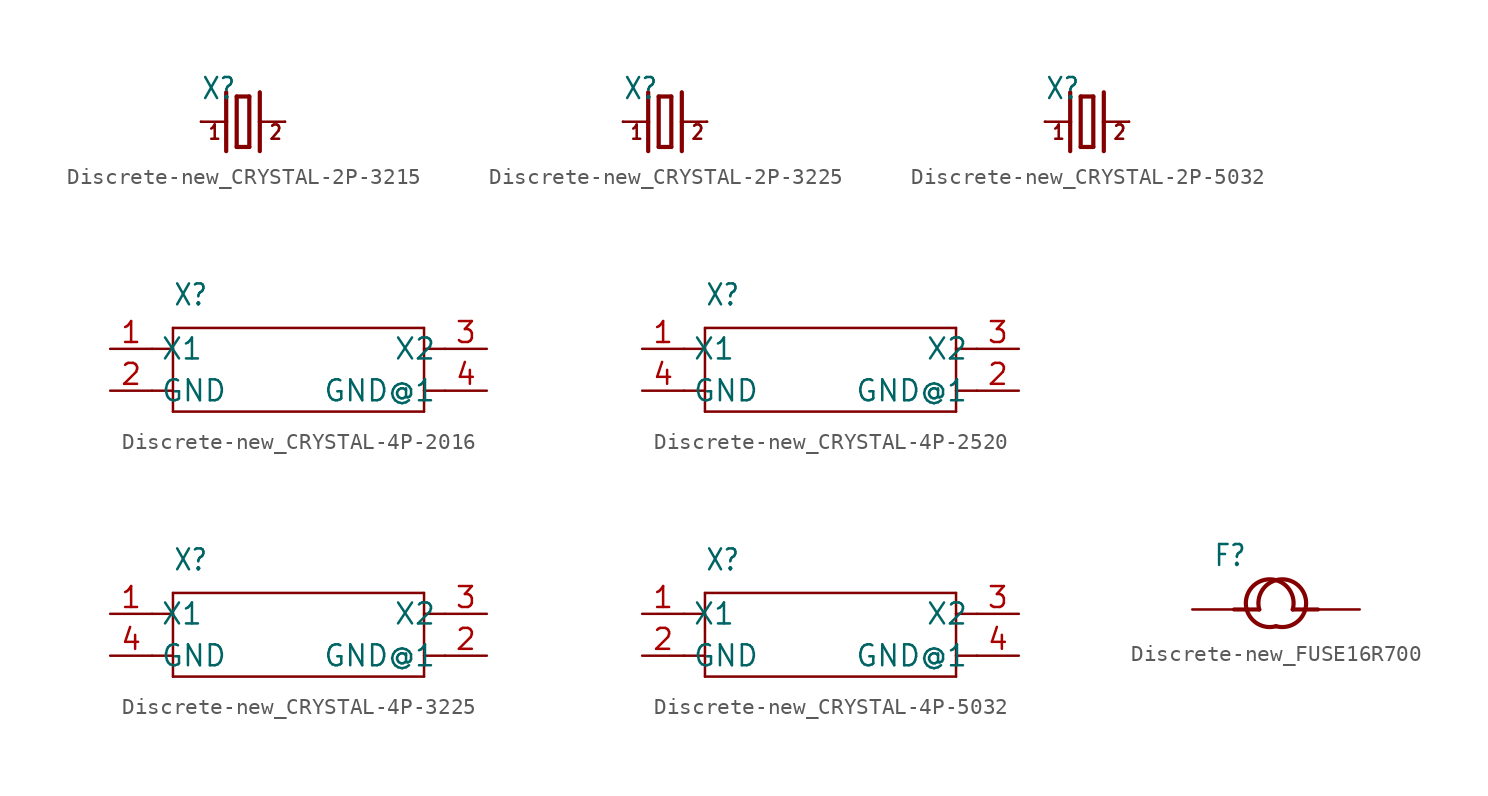
<source format=kicad_sym>
(kicad_symbol_lib
  (version 20231120)
  (generator "kicad_symbol_editor")
  (generator_version "8.0")
  (symbol "Discrete-new_CRYSTAL-2P-3215"
    (property "Reference" "X"
      (at -2.54 1.27 0)
      (effects (font (size 1.27 1.079)) (justify left bottom)))
    (property "Value" ""
      (at -2.54 0 0)
      (effects (font (size 1.27 1.079)) (justify left bottom)))
    (property "ki_locked" ""
      (at 0 0 0)
      (effects (font (size 1.27 1.27))))
    (symbol "Discrete-new_CRYSTAL-2P-3215_1_0"
      (polyline (pts (xy -1.016 0) (xy -2.54 0)) (stroke (width 0.152) (type solid)) (fill (type none)))
      (polyline (pts (xy -1.016 0) (xy -1.016 -1.778)) (stroke (width 0.254) (type solid)) (fill (type none)))
      (polyline (pts (xy -1.016 1.778) (xy -1.016 0)) (stroke (width 0.254) (type solid)) (fill (type none)))
      (polyline (pts (xy -0.381 -1.524) (xy 0.381 -1.524)) (stroke (width 0.254) (type solid)) (fill (type none)))
      (polyline (pts (xy -0.381 1.524) (xy -0.381 -1.524)) (stroke (width 0.254) (type solid)) (fill (type none)))
      (polyline (pts (xy 0.381 -1.524) (xy 0.381 1.524)) (stroke (width 0.254) (type solid)) (fill (type none)))
      (polyline (pts (xy 0.381 1.524) (xy -0.381 1.524)) (stroke (width 0.254) (type solid)) (fill (type none)))
      (polyline (pts (xy 1.016 0) (xy 1.016 -1.778)) (stroke (width 0.254) (type solid)) (fill (type none)))
      (polyline (pts (xy 1.016 0) (xy 2.54 0)) (stroke (width 0.152) (type solid)) (fill (type none)))
      (polyline (pts (xy 1.016 1.778) (xy 1.016 0)) (stroke (width 0.254) (type solid)) (fill (type none)))
      (text "1" (at -2.159 -1.143 0) (effects (font (size 0.864 0.734)) (justify left bottom)))
      (text "2" (at 1.524 -1.143 0) (effects (font (size 0.864 0.734)) (justify left bottom)))
      (pin passive line (at -2.54 0 0) (length 0) (name "1" (effects (font (size 0 0)))) (number "1" (effects (font (size 0 0)))))
      (pin passive line (at 2.54 0 180) (length 0) (name "2" (effects (font (size 0 0)))) (number "2" (effects (font (size 0 0)))))))
  (symbol "Discrete-new_CRYSTAL-2P-3225"
    (property "Reference" "X"
      (at -2.54 1.27 0)
      (effects (font (size 1.27 1.079)) (justify left bottom)))
    (property "Value" ""
      (at -2.54 0 0)
      (effects (font (size 1.27 1.079)) (justify left bottom)))
    (property "ki_locked" ""
      (at 0 0 0)
      (effects (font (size 1.27 1.27))))
    (symbol "Discrete-new_CRYSTAL-2P-3225_1_0"
      (polyline (pts (xy -1.016 0) (xy -2.54 0)) (stroke (width 0.152) (type solid)) (fill (type none)))
      (polyline (pts (xy -1.016 0) (xy -1.016 -1.778)) (stroke (width 0.254) (type solid)) (fill (type none)))
      (polyline (pts (xy -1.016 1.778) (xy -1.016 0)) (stroke (width 0.254) (type solid)) (fill (type none)))
      (polyline (pts (xy -0.381 -1.524) (xy 0.381 -1.524)) (stroke (width 0.254) (type solid)) (fill (type none)))
      (polyline (pts (xy -0.381 1.524) (xy -0.381 -1.524)) (stroke (width 0.254) (type solid)) (fill (type none)))
      (polyline (pts (xy 0.381 -1.524) (xy 0.381 1.524)) (stroke (width 0.254) (type solid)) (fill (type none)))
      (polyline (pts (xy 0.381 1.524) (xy -0.381 1.524)) (stroke (width 0.254) (type solid)) (fill (type none)))
      (polyline (pts (xy 1.016 0) (xy 1.016 -1.778)) (stroke (width 0.254) (type solid)) (fill (type none)))
      (polyline (pts (xy 1.016 0) (xy 2.54 0)) (stroke (width 0.152) (type solid)) (fill (type none)))
      (polyline (pts (xy 1.016 1.778) (xy 1.016 0)) (stroke (width 0.254) (type solid)) (fill (type none)))
      (text "1" (at -2.159 -1.143 0) (effects (font (size 0.864 0.734)) (justify left bottom)))
      (text "2" (at 1.524 -1.143 0) (effects (font (size 0.864 0.734)) (justify left bottom)))
      (pin passive line (at -2.54 0 0) (length 0) (name "1" (effects (font (size 0 0)))) (number "1" (effects (font (size 0 0)))))
      (pin passive line (at 2.54 0 180) (length 0) (name "2" (effects (font (size 0 0)))) (number "3" (effects (font (size 0 0)))))))
  (symbol "Discrete-new_CRYSTAL-2P-5032"
    (property "Reference" "X"
      (at -2.54 1.27 0)
      (effects (font (size 1.27 1.079)) (justify left bottom)))
    (property "Value" ""
      (at -2.54 0 0)
      (effects (font (size 1.27 1.079)) (justify left bottom)))
    (property "ki_locked" ""
      (at 0 0 0)
      (effects (font (size 1.27 1.27))))
    (symbol "Discrete-new_CRYSTAL-2P-5032_1_0"
      (polyline (pts (xy -1.016 0) (xy -2.54 0)) (stroke (width 0.152) (type solid)) (fill (type none)))
      (polyline (pts (xy -1.016 0) (xy -1.016 -1.778)) (stroke (width 0.254) (type solid)) (fill (type none)))
      (polyline (pts (xy -1.016 1.778) (xy -1.016 0)) (stroke (width 0.254) (type solid)) (fill (type none)))
      (polyline (pts (xy -0.381 -1.524) (xy 0.381 -1.524)) (stroke (width 0.254) (type solid)) (fill (type none)))
      (polyline (pts (xy -0.381 1.524) (xy -0.381 -1.524)) (stroke (width 0.254) (type solid)) (fill (type none)))
      (polyline (pts (xy 0.381 -1.524) (xy 0.381 1.524)) (stroke (width 0.254) (type solid)) (fill (type none)))
      (polyline (pts (xy 0.381 1.524) (xy -0.381 1.524)) (stroke (width 0.254) (type solid)) (fill (type none)))
      (polyline (pts (xy 1.016 0) (xy 1.016 -1.778)) (stroke (width 0.254) (type solid)) (fill (type none)))
      (polyline (pts (xy 1.016 0) (xy 2.54 0)) (stroke (width 0.152) (type solid)) (fill (type none)))
      (polyline (pts (xy 1.016 1.778) (xy 1.016 0)) (stroke (width 0.254) (type solid)) (fill (type none)))
      (text "1" (at -2.159 -1.143 0) (effects (font (size 0.864 0.734)) (justify left bottom)))
      (text "2" (at 1.524 -1.143 0) (effects (font (size 0.864 0.734)) (justify left bottom)))
      (pin passive line (at -2.54 0 0) (length 0) (name "1" (effects (font (size 0 0)))) (number "1" (effects (font (size 0 0)))))
      (pin passive line (at 2.54 0 180) (length 0) (name "2" (effects (font (size 0 0)))) (number "2" (effects (font (size 0 0)))))))
  (symbol "Discrete-new_CRYSTAL-4P-2016"
    (property "Reference" "X"
      (at -7.62 3.81 0)
      (effects (font (size 1.27 1.079)) (justify left bottom)))
    (property "Value" ""
      (at -7.62 2.54 0)
      (effects (font (size 1.27 1.079)) (justify left bottom)))
    (property "ki_locked" ""
      (at 0 0 0)
      (effects (font (size 1.27 1.27))))
    (symbol "Discrete-new_CRYSTAL-4P-2016_1_0"
      (polyline (pts (xy -8.89 -1.27) (xy -7.62 -1.27)) (stroke (width 0.152) (type solid)) (fill (type none)))
      (polyline (pts (xy -8.89 1.27) (xy -7.62 1.27)) (stroke (width 0.152) (type solid)) (fill (type none)))
      (polyline (pts (xy -7.62 -2.54) (xy -7.62 -1.27)) (stroke (width 0.152) (type solid)) (fill (type none)))
      (polyline (pts (xy -7.62 -1.27) (xy -7.62 1.27)) (stroke (width 0.152) (type solid)) (fill (type none)))
      (polyline (pts (xy -7.62 1.27) (xy -7.62 2.54)) (stroke (width 0.152) (type solid)) (fill (type none)))
      (polyline (pts (xy -7.62 2.54) (xy 7.62 2.54)) (stroke (width 0.152) (type solid)) (fill (type none)))
      (polyline (pts (xy 7.62 -2.54) (xy -7.62 -2.54)) (stroke (width 0.152) (type solid)) (fill (type none)))
      (polyline (pts (xy 7.62 -1.27) (xy 7.62 -2.54)) (stroke (width 0.152) (type solid)) (fill (type none)))
      (polyline (pts (xy 7.62 1.27) (xy 7.62 -1.27)) (stroke (width 0.152) (type solid)) (fill (type none)))
      (polyline (pts (xy 7.62 2.54) (xy 7.62 1.27)) (stroke (width 0.152) (type solid)) (fill (type none)))
      (polyline (pts (xy 8.89 -1.27) (xy 7.62 -1.27)) (stroke (width 0.152) (type solid)) (fill (type none)))
      (polyline (pts (xy 8.89 1.27) (xy 7.62 1.27)) (stroke (width 0.152) (type solid)) (fill (type none)))
      (pin bidirectional line (at -11.43 1.27 0) (length 2.54) (name "X1" (effects (font (size 1.27 1.27)))) (number "1" (effects (font (size 1.27 1.27)))))
      (pin bidirectional line (at -11.43 -1.27 0) (length 2.54) (name "GND" (effects (font (size 1.27 1.27)))) (number "2" (effects (font (size 1.27 1.27)))))
      (pin bidirectional line (at 11.43 1.27 180) (length 2.54) (name "X2" (effects (font (size 1.27 1.27)))) (number "3" (effects (font (size 1.27 1.27)))))
      (pin bidirectional line (at 11.43 -1.27 180) (length 2.54) (name "GND@1" (effects (font (size 1.27 1.27)))) (number "4" (effects (font (size 1.27 1.27)))))))
  (symbol "Discrete-new_CRYSTAL-4P-2520"
    (property "Reference" "X"
      (at -7.62 3.81 0)
      (effects (font (size 1.27 1.079)) (justify left bottom)))
    (property "Value" ""
      (at -7.62 2.54 0)
      (effects (font (size 1.27 1.079)) (justify left bottom)))
    (property "ki_locked" ""
      (at 0 0 0)
      (effects (font (size 1.27 1.27))))
    (symbol "Discrete-new_CRYSTAL-4P-2520_1_0"
      (polyline (pts (xy -8.89 -1.27) (xy -7.62 -1.27)) (stroke (width 0.152) (type solid)) (fill (type none)))
      (polyline (pts (xy -8.89 1.27) (xy -7.62 1.27)) (stroke (width 0.152) (type solid)) (fill (type none)))
      (polyline (pts (xy -7.62 -2.54) (xy -7.62 -1.27)) (stroke (width 0.152) (type solid)) (fill (type none)))
      (polyline (pts (xy -7.62 -1.27) (xy -7.62 1.27)) (stroke (width 0.152) (type solid)) (fill (type none)))
      (polyline (pts (xy -7.62 1.27) (xy -7.62 2.54)) (stroke (width 0.152) (type solid)) (fill (type none)))
      (polyline (pts (xy -7.62 2.54) (xy 7.62 2.54)) (stroke (width 0.152) (type solid)) (fill (type none)))
      (polyline (pts (xy 7.62 -2.54) (xy -7.62 -2.54)) (stroke (width 0.152) (type solid)) (fill (type none)))
      (polyline (pts (xy 7.62 -1.27) (xy 7.62 -2.54)) (stroke (width 0.152) (type solid)) (fill (type none)))
      (polyline (pts (xy 7.62 1.27) (xy 7.62 -1.27)) (stroke (width 0.152) (type solid)) (fill (type none)))
      (polyline (pts (xy 7.62 2.54) (xy 7.62 1.27)) (stroke (width 0.152) (type solid)) (fill (type none)))
      (polyline (pts (xy 8.89 -1.27) (xy 7.62 -1.27)) (stroke (width 0.152) (type solid)) (fill (type none)))
      (polyline (pts (xy 8.89 1.27) (xy 7.62 1.27)) (stroke (width 0.152) (type solid)) (fill (type none)))
      (pin bidirectional line (at -11.43 1.27 0) (length 2.54) (name "X1" (effects (font (size 1.27 1.27)))) (number "1" (effects (font (size 1.27 1.27)))))
      (pin bidirectional line (at 11.43 -1.27 180) (length 2.54) (name "GND@1" (effects (font (size 1.27 1.27)))) (number "2" (effects (font (size 1.27 1.27)))))
      (pin bidirectional line (at 11.43 1.27 180) (length 2.54) (name "X2" (effects (font (size 1.27 1.27)))) (number "3" (effects (font (size 1.27 1.27)))))
      (pin bidirectional line (at -11.43 -1.27 0) (length 2.54) (name "GND" (effects (font (size 1.27 1.27)))) (number "4" (effects (font (size 1.27 1.27)))))))
  (symbol "Discrete-new_CRYSTAL-4P-3225"
    (property "Reference" "X"
      (at -7.62 3.81 0)
      (effects (font (size 1.27 1.079)) (justify left bottom)))
    (property "Value" ""
      (at -7.62 2.54 0)
      (effects (font (size 1.27 1.079)) (justify left bottom)))
    (property "ki_locked" ""
      (at 0 0 0)
      (effects (font (size 1.27 1.27))))
    (symbol "Discrete-new_CRYSTAL-4P-3225_1_0"
      (polyline (pts (xy -8.89 -1.27) (xy -7.62 -1.27)) (stroke (width 0.152) (type solid)) (fill (type none)))
      (polyline (pts (xy -8.89 1.27) (xy -7.62 1.27)) (stroke (width 0.152) (type solid)) (fill (type none)))
      (polyline (pts (xy -7.62 -2.54) (xy -7.62 -1.27)) (stroke (width 0.152) (type solid)) (fill (type none)))
      (polyline (pts (xy -7.62 -1.27) (xy -7.62 1.27)) (stroke (width 0.152) (type solid)) (fill (type none)))
      (polyline (pts (xy -7.62 1.27) (xy -7.62 2.54)) (stroke (width 0.152) (type solid)) (fill (type none)))
      (polyline (pts (xy -7.62 2.54) (xy 7.62 2.54)) (stroke (width 0.152) (type solid)) (fill (type none)))
      (polyline (pts (xy 7.62 -2.54) (xy -7.62 -2.54)) (stroke (width 0.152) (type solid)) (fill (type none)))
      (polyline (pts (xy 7.62 -1.27) (xy 7.62 -2.54)) (stroke (width 0.152) (type solid)) (fill (type none)))
      (polyline (pts (xy 7.62 1.27) (xy 7.62 -1.27)) (stroke (width 0.152) (type solid)) (fill (type none)))
      (polyline (pts (xy 7.62 2.54) (xy 7.62 1.27)) (stroke (width 0.152) (type solid)) (fill (type none)))
      (polyline (pts (xy 8.89 -1.27) (xy 7.62 -1.27)) (stroke (width 0.152) (type solid)) (fill (type none)))
      (polyline (pts (xy 8.89 1.27) (xy 7.62 1.27)) (stroke (width 0.152) (type solid)) (fill (type none)))
      (pin bidirectional line (at -11.43 1.27 0) (length 2.54) (name "X1" (effects (font (size 1.27 1.27)))) (number "1" (effects (font (size 1.27 1.27)))))
      (pin bidirectional line (at 11.43 -1.27 180) (length 2.54) (name "GND@1" (effects (font (size 1.27 1.27)))) (number "2" (effects (font (size 1.27 1.27)))))
      (pin bidirectional line (at 11.43 1.27 180) (length 2.54) (name "X2" (effects (font (size 1.27 1.27)))) (number "3" (effects (font (size 1.27 1.27)))))
      (pin bidirectional line (at -11.43 -1.27 0) (length 2.54) (name "GND" (effects (font (size 1.27 1.27)))) (number "4" (effects (font (size 1.27 1.27)))))))
  (symbol "Discrete-new_CRYSTAL-4P-5032"
    (property "Reference" "X"
      (at -7.62 3.81 0)
      (effects (font (size 1.27 1.079)) (justify left bottom)))
    (property "Value" ""
      (at -7.62 2.54 0)
      (effects (font (size 1.27 1.079)) (justify left bottom)))
    (property "ki_locked" ""
      (at 0 0 0)
      (effects (font (size 1.27 1.27))))
    (symbol "Discrete-new_CRYSTAL-4P-5032_1_0"
      (polyline (pts (xy -8.89 -1.27) (xy -7.62 -1.27)) (stroke (width 0.152) (type solid)) (fill (type none)))
      (polyline (pts (xy -8.89 1.27) (xy -7.62 1.27)) (stroke (width 0.152) (type solid)) (fill (type none)))
      (polyline (pts (xy -7.62 -2.54) (xy -7.62 -1.27)) (stroke (width 0.152) (type solid)) (fill (type none)))
      (polyline (pts (xy -7.62 -1.27) (xy -7.62 1.27)) (stroke (width 0.152) (type solid)) (fill (type none)))
      (polyline (pts (xy -7.62 1.27) (xy -7.62 2.54)) (stroke (width 0.152) (type solid)) (fill (type none)))
      (polyline (pts (xy -7.62 2.54) (xy 7.62 2.54)) (stroke (width 0.152) (type solid)) (fill (type none)))
      (polyline (pts (xy 7.62 -2.54) (xy -7.62 -2.54)) (stroke (width 0.152) (type solid)) (fill (type none)))
      (polyline (pts (xy 7.62 -1.27) (xy 7.62 -2.54)) (stroke (width 0.152) (type solid)) (fill (type none)))
      (polyline (pts (xy 7.62 1.27) (xy 7.62 -1.27)) (stroke (width 0.152) (type solid)) (fill (type none)))
      (polyline (pts (xy 7.62 2.54) (xy 7.62 1.27)) (stroke (width 0.152) (type solid)) (fill (type none)))
      (polyline (pts (xy 8.89 -1.27) (xy 7.62 -1.27)) (stroke (width 0.152) (type solid)) (fill (type none)))
      (polyline (pts (xy 8.89 1.27) (xy 7.62 1.27)) (stroke (width 0.152) (type solid)) (fill (type none)))
      (pin bidirectional line (at -11.43 1.27 0) (length 2.54) (name "X1" (effects (font (size 1.27 1.27)))) (number "1" (effects (font (size 1.27 1.27)))))
      (pin bidirectional line (at -11.43 -1.27 0) (length 2.54) (name "GND" (effects (font (size 1.27 1.27)))) (number "2" (effects (font (size 1.27 1.27)))))
      (pin bidirectional line (at 11.43 1.27 180) (length 2.54) (name "X2" (effects (font (size 1.27 1.27)))) (number "3" (effects (font (size 1.27 1.27)))))
      (pin bidirectional line (at 11.43 -1.27 180) (length 2.54) (name "GND@1" (effects (font (size 1.27 1.27)))) (number "4" (effects (font (size 1.27 1.27)))))))
  (symbol "Discrete-new_FUSE16R700"
    (property "Reference" "F"
      (at -3.81 2.54 0)
      (effects (font (size 1.27 1.079)) (justify left bottom)))
    (property "Value" ""
      (at -3.81 1.27 0)
      (effects (font (size 1.27 1.079)) (justify left bottom)))
    (property "ki_locked" ""
      (at 0 0 0)
      (effects (font (size 1.27 1.27))))
    (symbol "Discrete-new_FUSE16R700_1_0"
      (arc (start -0.0001 -1.016) (mid 1.4048 1.4047) (end -1.016 0) (stroke (width 0.254) (type solid)) (fill (type none)))
      (polyline (pts (xy -2.54 0) (xy -1.016 0)) (stroke (width 0.254) (type solid)) (fill (type none)))
      (polyline (pts (xy 2.54 0) (xy 1.016 0)) (stroke (width 0.254) (type solid)) (fill (type none)))
      (arc (start 1.016 -0.0001) (mid -1.4047 1.4048) (end 0 -1.016) (stroke (width 0.254) (type solid)) (fill (type none)))
      (pin bidirectional line (at -5.08 0 0) (length 2.54) (name "1" (effects (font (size 0 0)))) (number "1" (effects (font (size 0 0)))))
      (pin bidirectional line (at 5.08 0 180) (length 2.54) (name "2" (effects (font (size 0 0)))) (number "2" (effects (font (size 0 0))))))))
</source>
